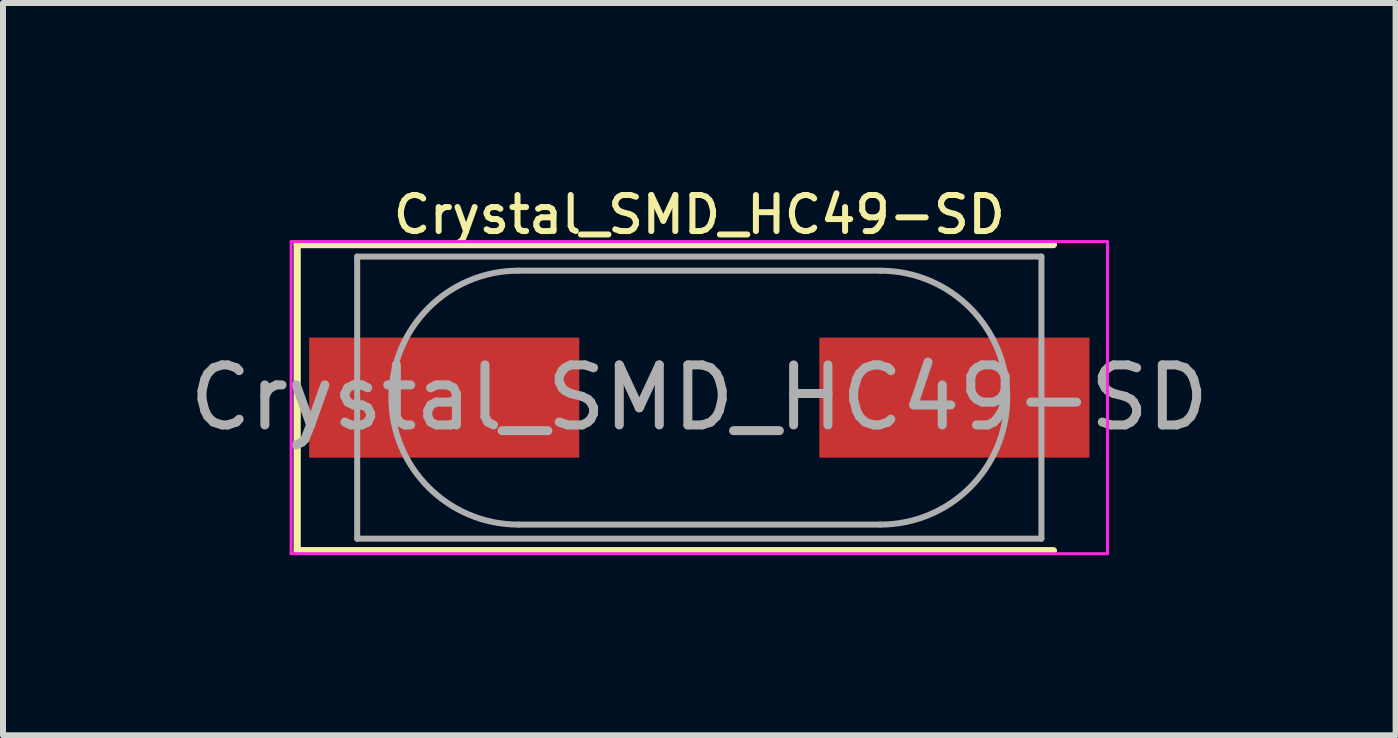
<source format=kicad_pcb>
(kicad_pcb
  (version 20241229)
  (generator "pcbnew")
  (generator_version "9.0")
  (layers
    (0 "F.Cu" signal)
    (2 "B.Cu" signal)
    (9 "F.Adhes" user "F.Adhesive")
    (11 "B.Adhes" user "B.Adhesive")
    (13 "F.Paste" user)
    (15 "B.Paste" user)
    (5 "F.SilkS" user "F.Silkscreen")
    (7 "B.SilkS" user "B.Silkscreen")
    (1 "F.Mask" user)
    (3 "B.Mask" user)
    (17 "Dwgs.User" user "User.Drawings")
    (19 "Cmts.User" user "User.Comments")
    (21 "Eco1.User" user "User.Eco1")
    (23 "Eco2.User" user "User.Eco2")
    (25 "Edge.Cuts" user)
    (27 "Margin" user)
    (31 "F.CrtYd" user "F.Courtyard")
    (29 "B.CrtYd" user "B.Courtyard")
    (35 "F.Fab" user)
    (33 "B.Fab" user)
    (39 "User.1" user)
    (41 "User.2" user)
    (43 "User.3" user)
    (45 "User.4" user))
  (footprint "Crystal_SMD_HC49-SD"
    (layer "F.Cu")
    (at 8.601 3.575)
    (property "Reference" "Crystal_SMD_HC49-SD" (at 0 -3.048 0) (layer "F.SilkS") (effects (font (size 0.6 0.6) (thickness 0.1))))
    (attr smd)
    (fp_line (start -6.7 -2.55) (end -6.7 2.55) (stroke (width 0.12) (type solid)) (layer "F.SilkS"))
    (fp_line (start -6.7 2.55) (end 5.9 2.55) (stroke (width 0.12) (type solid)) (layer "F.SilkS"))
    (fp_line (start 5.9 -2.55) (end -6.7 -2.55) (stroke (width 0.12) (type solid)) (layer "F.SilkS"))
    (fp_line (start -6.8 -2.6) (end -6.8 2.6) (stroke (width 0.05) (type solid)) (layer "F.CrtYd"))
    (fp_line (start -6.8 2.6) (end 6.8 2.6) (stroke (width 0.05) (type solid)) (layer "F.CrtYd"))
    (fp_line (start 6.8 -2.6) (end -6.8 -2.6) (stroke (width 0.05) (type solid)) (layer "F.CrtYd"))
    (fp_line (start 6.8 2.6) (end 6.8 -2.6) (stroke (width 0.05) (type solid)) (layer "F.CrtYd"))
    (fp_line (start -5.7 -2.35) (end -5.7 2.35) (stroke (width 0.1) (type solid)) (layer "F.Fab"))
    (fp_line (start -5.7 2.35) (end 5.7 2.35) (stroke (width 0.1) (type solid)) (layer "F.Fab"))
    (fp_line (start -3.015 -2.115) (end 3.015 -2.115) (stroke (width 0.1) (type solid)) (layer "F.Fab"))
    (fp_line (start -3.015 2.115) (end 3.015 2.115) (stroke (width 0.1) (type solid)) (layer "F.Fab"))
    (fp_line (start 5.7 -2.35) (end -5.7 -2.35) (stroke (width 0.1) (type solid)) (layer "F.Fab"))
    (fp_line (start 5.7 2.35) (end 5.7 -2.35) (stroke (width 0.1) (type solid)) (layer "F.Fab"))
    (fp_arc (start -3.015 2.115) (mid -5.13 0) (end -3.015 -2.115) (stroke (width 0.1) (type solid)) (layer "F.Fab"))
    (fp_arc (start 3.015 -2.115) (mid 5.13 0) (end 3.015 2.115) (stroke (width 0.1) (type solid)) (layer "F.Fab"))
    (fp_text user "${REFERENCE}" (at 0 0 0) (layer "F.Fab") (effects (font (size 1 1) (thickness 0.15))))
    (pad "1" smd rect (at -4.25 0) (size 4.5 2) (layers "F.Cu" "F.Mask" "F.Paste"))
    (pad "2" smd rect (at 4.25 0) (size 4.5 2) (layers "F.Cu" "F.Mask" "F.Paste")))
  (gr_rect
    (start -3 -3)
    (end 20.202 9.2)
    (stroke (width 0.1) (type default))
    (fill no)
    (layer "Edge.Cuts")))
</source>
